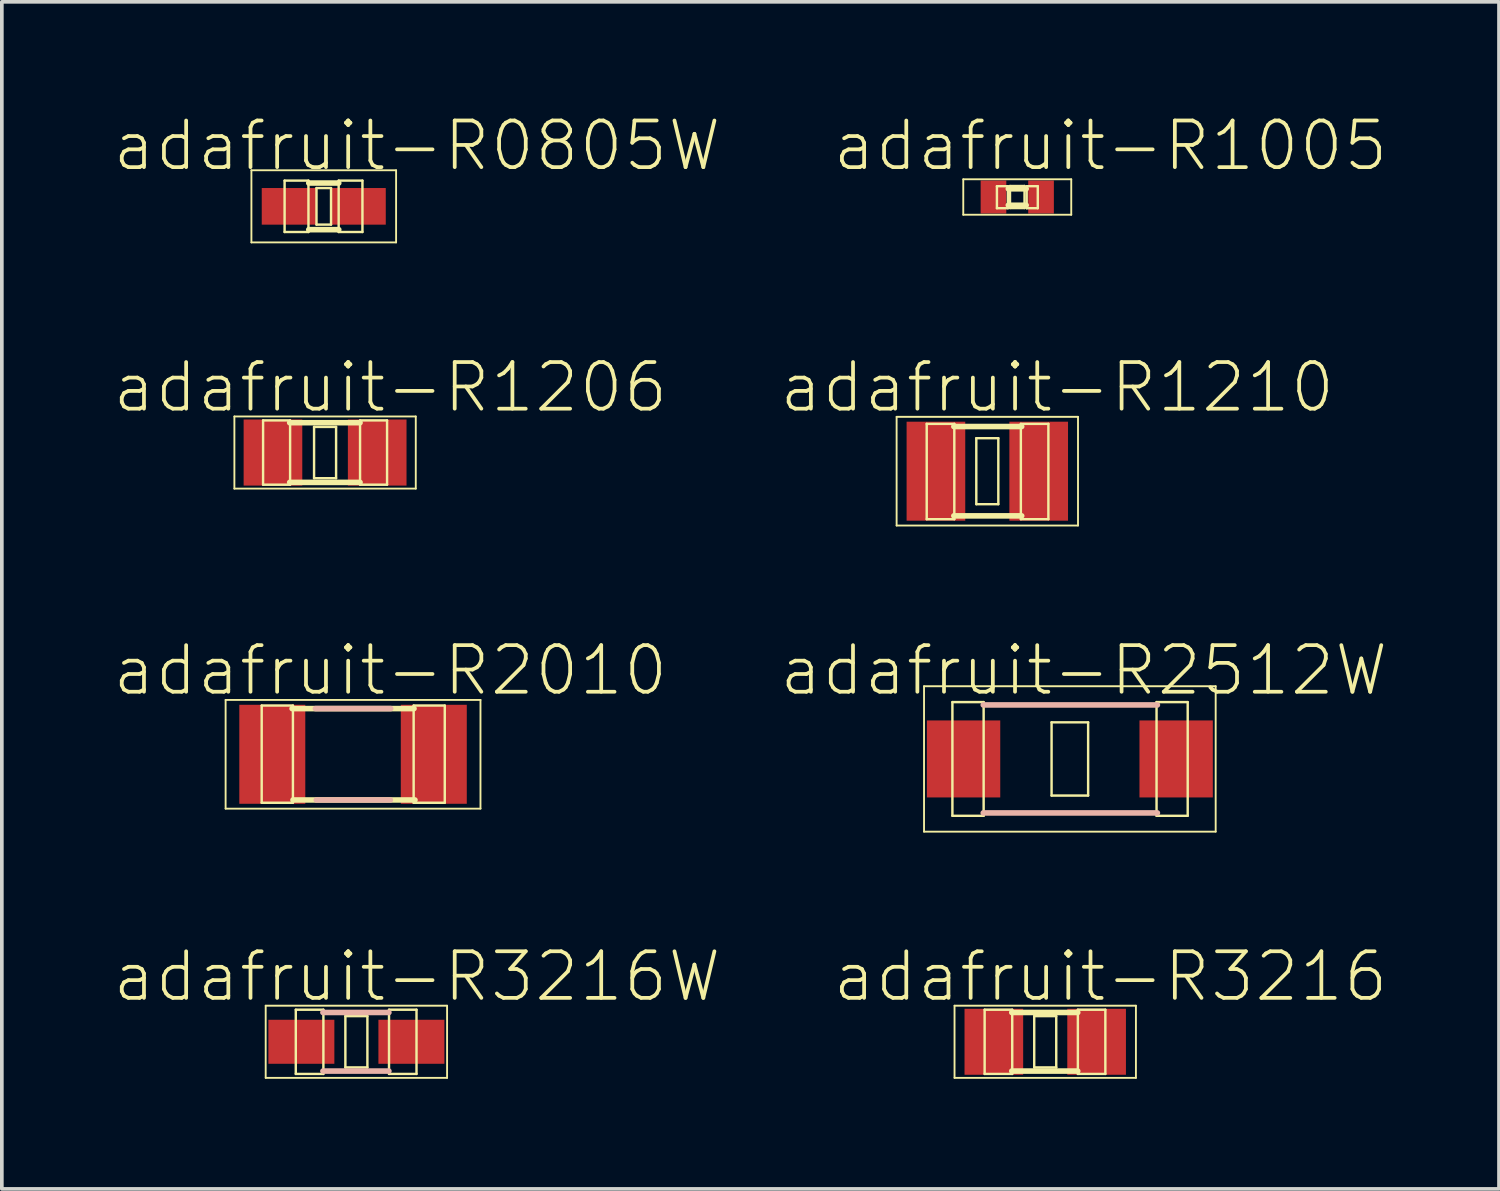
<source format=kicad_pcb>
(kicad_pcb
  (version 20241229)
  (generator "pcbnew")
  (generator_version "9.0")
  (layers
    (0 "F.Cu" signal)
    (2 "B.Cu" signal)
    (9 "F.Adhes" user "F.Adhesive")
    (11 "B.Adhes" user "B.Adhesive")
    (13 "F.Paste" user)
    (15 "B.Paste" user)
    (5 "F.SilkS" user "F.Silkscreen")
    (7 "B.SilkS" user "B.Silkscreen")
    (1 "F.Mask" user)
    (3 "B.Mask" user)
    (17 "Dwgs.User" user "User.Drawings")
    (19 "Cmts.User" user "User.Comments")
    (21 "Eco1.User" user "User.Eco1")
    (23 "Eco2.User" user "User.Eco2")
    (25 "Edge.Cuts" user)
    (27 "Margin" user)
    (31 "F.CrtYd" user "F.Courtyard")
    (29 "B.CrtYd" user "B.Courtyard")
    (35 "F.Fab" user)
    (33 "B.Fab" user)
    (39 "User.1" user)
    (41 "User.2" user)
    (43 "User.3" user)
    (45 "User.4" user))
  (footprint "adafruit-R3216W"
    (layer "F.Cu")
    (at 6.66 25.334)
    (property "Reference" "adafruit-R3216W" (at 1.651 -1.778 0) (layer "F.SilkS") (effects (font (size 1.27 1.27) (thickness 0.102))))
    (attr smd)
    (fp_line (start -2.471 -0.983) (end 2.471 -0.983) (stroke (width 0.051) (type solid)) (layer "F.SilkS"))
    (fp_line (start -2.471 0.983) (end -2.471 -0.983) (stroke (width 0.051) (type solid)) (layer "F.SilkS"))
    (fp_line (start -1.651 -0.874) (end -0.899 -0.874) (stroke (width 0.066) (type solid)) (layer "F.SilkS"))
    (fp_line (start -1.651 0.876) (end -1.651 -0.874) (stroke (width 0.066) (type solid)) (layer "F.SilkS"))
    (fp_line (start -1.651 0.876) (end -0.899 0.876) (stroke (width 0.066) (type solid)) (layer "F.SilkS"))
    (fp_line (start -0.899 0.876) (end -0.899 -0.874) (stroke (width 0.066) (type solid)) (layer "F.SilkS"))
    (fp_line (start -0.3 -0.699) (end 0.3 -0.699) (stroke (width 0.066) (type solid)) (layer "F.SilkS"))
    (fp_line (start -0.3 0.699) (end -0.3 -0.699) (stroke (width 0.066) (type solid)) (layer "F.SilkS"))
    (fp_line (start -0.3 0.699) (end 0.3 0.699) (stroke (width 0.066) (type solid)) (layer "F.SilkS"))
    (fp_line (start 0.3 0.699) (end 0.3 -0.699) (stroke (width 0.066) (type solid)) (layer "F.SilkS"))
    (fp_line (start 0.889 -0.874) (end 1.638 -0.874) (stroke (width 0.066) (type solid)) (layer "F.SilkS"))
    (fp_line (start 0.889 0.876) (end 0.889 -0.874) (stroke (width 0.066) (type solid)) (layer "F.SilkS"))
    (fp_line (start 0.889 0.876) (end 1.638 0.876) (stroke (width 0.066) (type solid)) (layer "F.SilkS"))
    (fp_line (start 1.638 0.876) (end 1.638 -0.874) (stroke (width 0.066) (type solid)) (layer "F.SilkS"))
    (fp_line (start 2.471 -0.983) (end 2.471 0.983) (stroke (width 0.051) (type solid)) (layer "F.SilkS"))
    (fp_line (start 2.471 0.983) (end -2.471 0.983) (stroke (width 0.051) (type solid)) (layer "F.SilkS"))
    (fp_line (start -0.912 -0.798) (end 0.886 -0.798) (stroke (width 0.152) (type solid)) (layer "B.SilkS"))
    (fp_line (start -0.912 0.798) (end 0.886 0.798) (stroke (width 0.152) (type solid)) (layer "B.SilkS"))
    (pad "1" smd rect (at -1.499 0) (size 1.798 1.199) (layers "F.Cu" "F.Mask" "F.Paste"))
    (pad "2" smd rect (at 1.499 0) (size 1.798 1.199) (layers "F.Cu" "F.Mask" "F.Paste")))
  (footprint "adafruit-R1206"
    (layer "F.Cu")
    (at 5.807 9.28)
    (property "Reference" "adafruit-R1206" (at 1.778 -1.778 0) (layer "F.SilkS") (effects (font (size 1.27 1.27) (thickness 0.102))))
    (attr smd)
    (fp_line (start -2.471 -0.983) (end 2.471 -0.983) (stroke (width 0.051) (type solid)) (layer "F.SilkS"))
    (fp_line (start -2.471 0.983) (end -2.471 -0.983) (stroke (width 0.051) (type solid)) (layer "F.SilkS"))
    (fp_line (start -1.689 -0.876) (end -0.953 -0.876) (stroke (width 0.066) (type solid)) (layer "F.SilkS"))
    (fp_line (start -1.689 0.876) (end -1.689 -0.876) (stroke (width 0.066) (type solid)) (layer "F.SilkS"))
    (fp_line (start -1.689 0.876) (end -0.953 0.876) (stroke (width 0.066) (type solid)) (layer "F.SilkS"))
    (fp_line (start -0.953 0.876) (end -0.953 -0.876) (stroke (width 0.066) (type solid)) (layer "F.SilkS"))
    (fp_line (start -0.3 -0.699) (end 0.3 -0.699) (stroke (width 0.066) (type solid)) (layer "F.SilkS"))
    (fp_line (start -0.3 0.699) (end -0.3 -0.699) (stroke (width 0.066) (type solid)) (layer "F.SilkS"))
    (fp_line (start -0.3 0.699) (end 0.3 0.699) (stroke (width 0.066) (type solid)) (layer "F.SilkS"))
    (fp_line (start 0.3 0.699) (end 0.3 -0.699) (stroke (width 0.066) (type solid)) (layer "F.SilkS"))
    (fp_line (start 0.953 -0.876) (end 1.689 -0.876) (stroke (width 0.066) (type solid)) (layer "F.SilkS"))
    (fp_line (start 0.953 -0.813) (end -0.965 -0.813) (stroke (width 0.152) (type solid)) (layer "F.SilkS"))
    (fp_line (start 0.953 0.813) (end -0.965 0.813) (stroke (width 0.152) (type solid)) (layer "F.SilkS"))
    (fp_line (start 0.953 0.876) (end 0.953 -0.876) (stroke (width 0.066) (type solid)) (layer "F.SilkS"))
    (fp_line (start 0.953 0.876) (end 1.689 0.876) (stroke (width 0.066) (type solid)) (layer "F.SilkS"))
    (fp_line (start 1.689 0.876) (end 1.689 -0.876) (stroke (width 0.066) (type solid)) (layer "F.SilkS"))
    (fp_line (start 2.471 -0.983) (end 2.471 0.983) (stroke (width 0.051) (type solid)) (layer "F.SilkS"))
    (fp_line (start 2.471 0.983) (end -2.471 0.983) (stroke (width 0.051) (type solid)) (layer "F.SilkS"))
    (pad "1" smd rect (at -1.42 0) (size 1.598 1.801) (layers "F.Cu" "F.Mask" "F.Paste"))
    (pad "2" smd rect (at 1.42 0) (size 1.598 1.801) (layers "F.Cu" "F.Mask" "F.Paste")))
  (footprint "adafruit-R0805W"
    (layer "F.Cu")
    (at 5.771 2.572)
    (property "Reference" "adafruit-R0805W" (at 2.54 -1.651 0) (layer "F.SilkS") (effects (font (size 1.27 1.27) (thickness 0.102))))
    (attr smd)
    (fp_line (start -1.971 -0.983) (end 1.971 -0.983) (stroke (width 0.051) (type solid)) (layer "F.SilkS"))
    (fp_line (start -1.971 0.983) (end -1.971 -0.983) (stroke (width 0.051) (type solid)) (layer "F.SilkS"))
    (fp_line (start -1.067 -0.701) (end -0.417 -0.701) (stroke (width 0.066) (type solid)) (layer "F.SilkS"))
    (fp_line (start -1.067 0.699) (end -1.067 -0.701) (stroke (width 0.066) (type solid)) (layer "F.SilkS"))
    (fp_line (start -1.067 0.699) (end -0.417 0.699) (stroke (width 0.066) (type solid)) (layer "F.SilkS"))
    (fp_line (start -0.417 0.699) (end -0.417 -0.701) (stroke (width 0.066) (type solid)) (layer "F.SilkS"))
    (fp_line (start -0.409 -0.635) (end 0.409 -0.635) (stroke (width 0.152) (type solid)) (layer "F.SilkS"))
    (fp_line (start -0.409 0.635) (end 0.409 0.635) (stroke (width 0.152) (type solid)) (layer "F.SilkS"))
    (fp_line (start -0.198 -0.498) (end 0.198 -0.498) (stroke (width 0.066) (type solid)) (layer "F.SilkS"))
    (fp_line (start -0.198 0.498) (end -0.198 -0.498) (stroke (width 0.066) (type solid)) (layer "F.SilkS"))
    (fp_line (start -0.198 0.498) (end 0.198 0.498) (stroke (width 0.066) (type solid)) (layer "F.SilkS"))
    (fp_line (start 0.198 0.498) (end 0.198 -0.498) (stroke (width 0.066) (type solid)) (layer "F.SilkS"))
    (fp_line (start 0.406 -0.701) (end 1.054 -0.701) (stroke (width 0.066) (type solid)) (layer "F.SilkS"))
    (fp_line (start 0.406 0.699) (end 0.406 -0.701) (stroke (width 0.066) (type solid)) (layer "F.SilkS"))
    (fp_line (start 0.406 0.699) (end 1.054 0.699) (stroke (width 0.066) (type solid)) (layer "F.SilkS"))
    (fp_line (start 1.054 0.699) (end 1.054 -0.701) (stroke (width 0.066) (type solid)) (layer "F.SilkS"))
    (fp_line (start 1.971 -0.983) (end 1.971 0.983) (stroke (width 0.051) (type solid)) (layer "F.SilkS"))
    (fp_line (start 1.971 0.983) (end -1.971 0.983) (stroke (width 0.051) (type solid)) (layer "F.SilkS"))
    (pad "1" smd rect (at -0.94 0) (size 1.499 0.998) (layers "F.Cu" "F.Mask" "F.Paste"))
    (pad "2" smd rect (at 0.94 0) (size 1.499 0.998) (layers "F.Cu" "F.Mask" "F.Paste")))
  (footprint "adafruit-R3216"
    (layer "F.Cu")
    (at 25.428 25.334)
    (property "Reference" "adafruit-R3216" (at 1.778 -1.778 0) (layer "F.SilkS") (effects (font (size 1.27 1.27) (thickness 0.102))))
    (attr smd)
    (fp_line (start -2.471 -0.983) (end 2.471 -0.983) (stroke (width 0.051) (type solid)) (layer "F.SilkS"))
    (fp_line (start -2.471 0.983) (end -2.471 -0.983) (stroke (width 0.051) (type solid)) (layer "F.SilkS"))
    (fp_line (start -1.651 -0.874) (end -0.899 -0.874) (stroke (width 0.066) (type solid)) (layer "F.SilkS"))
    (fp_line (start -1.651 0.876) (end -1.651 -0.874) (stroke (width 0.066) (type solid)) (layer "F.SilkS"))
    (fp_line (start -1.651 0.876) (end -0.899 0.876) (stroke (width 0.066) (type solid)) (layer "F.SilkS"))
    (fp_line (start -0.912 -0.798) (end 0.886 -0.798) (stroke (width 0.152) (type solid)) (layer "F.SilkS"))
    (fp_line (start -0.912 0.798) (end 0.886 0.798) (stroke (width 0.152) (type solid)) (layer "F.SilkS"))
    (fp_line (start -0.899 0.876) (end -0.899 -0.874) (stroke (width 0.066) (type solid)) (layer "F.SilkS"))
    (fp_line (start -0.3 -0.699) (end 0.3 -0.699) (stroke (width 0.066) (type solid)) (layer "F.SilkS"))
    (fp_line (start -0.3 0.699) (end -0.3 -0.699) (stroke (width 0.066) (type solid)) (layer "F.SilkS"))
    (fp_line (start -0.3 0.699) (end 0.3 0.699) (stroke (width 0.066) (type solid)) (layer "F.SilkS"))
    (fp_line (start 0.3 0.699) (end 0.3 -0.699) (stroke (width 0.066) (type solid)) (layer "F.SilkS"))
    (fp_line (start 0.889 -0.874) (end 1.638 -0.874) (stroke (width 0.066) (type solid)) (layer "F.SilkS"))
    (fp_line (start 0.889 0.876) (end 0.889 -0.874) (stroke (width 0.066) (type solid)) (layer "F.SilkS"))
    (fp_line (start 0.889 0.876) (end 1.638 0.876) (stroke (width 0.066) (type solid)) (layer "F.SilkS"))
    (fp_line (start 1.638 0.876) (end 1.638 -0.874) (stroke (width 0.066) (type solid)) (layer "F.SilkS"))
    (fp_line (start 2.471 -0.983) (end 2.471 0.983) (stroke (width 0.051) (type solid)) (layer "F.SilkS"))
    (fp_line (start 2.471 0.983) (end -2.471 0.983) (stroke (width 0.051) (type solid)) (layer "F.SilkS"))
    (pad "1" smd rect (at -1.4 0) (size 1.598 1.798) (layers "F.Cu" "F.Mask" "F.Paste"))
    (pad "2" smd rect (at 1.4 0) (size 1.598 1.798) (layers "F.Cu" "F.Mask" "F.Paste")))
  (footprint "adafruit-R2512W"
    (layer "F.Cu")
    (at 26.099 17.628)
    (property "Reference" "adafruit-R2512W" (at 0.381 -2.413 0) (layer "F.SilkS") (effects (font (size 1.27 1.27) (thickness 0.102))))
    (attr smd)
    (fp_line (start -3.973 -1.981) (end 3.973 -1.981) (stroke (width 0.051) (type solid)) (layer "F.SilkS"))
    (fp_line (start -3.973 1.981) (end -3.973 -1.981) (stroke (width 0.051) (type solid)) (layer "F.SilkS"))
    (fp_line (start -3.2 -1.549) (end -2.349 -1.549) (stroke (width 0.066) (type solid)) (layer "F.SilkS"))
    (fp_line (start -3.2 1.549) (end -3.2 -1.549) (stroke (width 0.066) (type solid)) (layer "F.SilkS"))
    (fp_line (start -3.2 1.549) (end -2.349 1.549) (stroke (width 0.066) (type solid)) (layer "F.SilkS"))
    (fp_line (start -2.349 1.549) (end -2.349 -1.549) (stroke (width 0.066) (type solid)) (layer "F.SilkS"))
    (fp_line (start -0.498 -0.998) (end 0.498 -0.998) (stroke (width 0.066) (type solid)) (layer "F.SilkS"))
    (fp_line (start -0.498 0.998) (end -0.498 -0.998) (stroke (width 0.066) (type solid)) (layer "F.SilkS"))
    (fp_line (start -0.498 0.998) (end 0.498 0.998) (stroke (width 0.066) (type solid)) (layer "F.SilkS"))
    (fp_line (start 0.498 0.998) (end 0.498 -0.998) (stroke (width 0.066) (type solid)) (layer "F.SilkS"))
    (fp_line (start 2.362 -1.549) (end 3.211 -1.549) (stroke (width 0.066) (type solid)) (layer "F.SilkS"))
    (fp_line (start 2.362 1.549) (end 2.362 -1.549) (stroke (width 0.066) (type solid)) (layer "F.SilkS"))
    (fp_line (start 2.362 1.549) (end 3.211 1.549) (stroke (width 0.066) (type solid)) (layer "F.SilkS"))
    (fp_line (start 3.211 1.549) (end 3.211 -1.549) (stroke (width 0.066) (type solid)) (layer "F.SilkS"))
    (fp_line (start 3.973 -1.981) (end 3.973 1.981) (stroke (width 0.051) (type solid)) (layer "F.SilkS"))
    (fp_line (start 3.973 1.981) (end -3.973 1.981) (stroke (width 0.051) (type solid)) (layer "F.SilkS"))
    (fp_line (start -2.36 -1.471) (end 2.385 -1.471) (stroke (width 0.152) (type solid)) (layer "B.SilkS"))
    (fp_line (start -2.36 1.471) (end 2.385 1.471) (stroke (width 0.152) (type solid)) (layer "B.SilkS"))
    (pad "1" smd rect (at -2.896 0) (size 1.999 2.098) (layers "F.Cu" "F.Mask" "F.Paste"))
    (pad "2" smd rect (at 2.896 0) (size 1.999 2.098) (layers "F.Cu" "F.Mask" "F.Paste")))
  (footprint "adafruit-R1210"
    (layer "F.Cu")
    (at 23.85 9.788)
    (property "Reference" "adafruit-R1210" (at 1.905 -2.286 0) (layer "F.SilkS") (effects (font (size 1.27 1.27) (thickness 0.102))))
    (attr smd)
    (fp_line (start -2.471 -1.481) (end 2.471 -1.481) (stroke (width 0.051) (type solid)) (layer "F.SilkS"))
    (fp_line (start -2.471 1.481) (end -2.471 -1.481) (stroke (width 0.051) (type solid)) (layer "F.SilkS"))
    (fp_line (start -1.651 -1.29) (end -0.899 -1.29) (stroke (width 0.066) (type solid)) (layer "F.SilkS"))
    (fp_line (start -1.651 1.308) (end -1.651 -1.29) (stroke (width 0.066) (type solid)) (layer "F.SilkS"))
    (fp_line (start -1.651 1.308) (end -0.899 1.308) (stroke (width 0.066) (type solid)) (layer "F.SilkS"))
    (fp_line (start -0.912 -1.217) (end 0.937 -1.217) (stroke (width 0.152) (type solid)) (layer "F.SilkS"))
    (fp_line (start -0.912 1.217) (end 0.937 1.217) (stroke (width 0.152) (type solid)) (layer "F.SilkS"))
    (fp_line (start -0.899 1.308) (end -0.899 -1.29) (stroke (width 0.066) (type solid)) (layer "F.SilkS"))
    (fp_line (start -0.3 -0.899) (end 0.3 -0.899) (stroke (width 0.066) (type solid)) (layer "F.SilkS"))
    (fp_line (start -0.3 0.899) (end -0.3 -0.899) (stroke (width 0.066) (type solid)) (layer "F.SilkS"))
    (fp_line (start -0.3 0.899) (end 0.3 0.899) (stroke (width 0.066) (type solid)) (layer "F.SilkS"))
    (fp_line (start 0.3 0.899) (end 0.3 -0.899) (stroke (width 0.066) (type solid)) (layer "F.SilkS"))
    (fp_line (start 0.914 -1.29) (end 1.664 -1.29) (stroke (width 0.066) (type solid)) (layer "F.SilkS"))
    (fp_line (start 0.914 1.308) (end 0.914 -1.29) (stroke (width 0.066) (type solid)) (layer "F.SilkS"))
    (fp_line (start 0.914 1.308) (end 1.664 1.308) (stroke (width 0.066) (type solid)) (layer "F.SilkS"))
    (fp_line (start 1.664 1.308) (end 1.664 -1.29) (stroke (width 0.066) (type solid)) (layer "F.SilkS"))
    (fp_line (start 2.471 -1.481) (end 2.471 1.481) (stroke (width 0.051) (type solid)) (layer "F.SilkS"))
    (fp_line (start 2.471 1.481) (end -2.471 1.481) (stroke (width 0.051) (type solid)) (layer "F.SilkS"))
    (pad "1" smd rect (at -1.4 0) (size 1.598 2.697) (layers "F.Cu" "F.Mask" "F.Paste"))
    (pad "2" smd rect (at 1.4 0) (size 1.598 2.697) (layers "F.Cu" "F.Mask" "F.Paste")))
  (footprint "adafruit-R2010"
    (layer "F.Cu")
    (at 6.569 17.501)
    (property "Reference" "adafruit-R2010" (at 1.016 -2.286 0) (layer "F.SilkS") (effects (font (size 1.27 1.27) (thickness 0.102))))
    (attr smd)
    (fp_line (start -3.472 -1.481) (end 3.472 -1.481) (stroke (width 0.051) (type solid)) (layer "F.SilkS"))
    (fp_line (start -3.472 1.481) (end -3.472 -1.481) (stroke (width 0.051) (type solid)) (layer "F.SilkS"))
    (fp_line (start -2.489 -1.328) (end -1.638 -1.328) (stroke (width 0.066) (type solid)) (layer "F.SilkS"))
    (fp_line (start -2.489 1.321) (end -2.489 -1.328) (stroke (width 0.066) (type solid)) (layer "F.SilkS"))
    (fp_line (start -2.489 1.321) (end -1.638 1.321) (stroke (width 0.066) (type solid)) (layer "F.SilkS"))
    (fp_line (start -1.661 -1.245) (end 1.661 -1.245) (stroke (width 0.152) (type solid)) (layer "F.SilkS"))
    (fp_line (start -1.638 1.321) (end -1.638 -1.328) (stroke (width 0.066) (type solid)) (layer "F.SilkS"))
    (fp_line (start -1.636 1.245) (end 1.687 1.245) (stroke (width 0.152) (type solid)) (layer "F.SilkS"))
    (fp_line (start 1.651 -1.328) (end 2.499 -1.328) (stroke (width 0.066) (type solid)) (layer "F.SilkS"))
    (fp_line (start 1.651 1.321) (end 1.651 -1.328) (stroke (width 0.066) (type solid)) (layer "F.SilkS"))
    (fp_line (start 1.651 1.321) (end 2.499 1.321) (stroke (width 0.066) (type solid)) (layer "F.SilkS"))
    (fp_line (start 2.499 1.321) (end 2.499 -1.328) (stroke (width 0.066) (type solid)) (layer "F.SilkS"))
    (fp_line (start 3.472 -1.481) (end 3.472 1.481) (stroke (width 0.051) (type solid)) (layer "F.SilkS"))
    (fp_line (start 3.472 1.481) (end -3.472 1.481) (stroke (width 0.051) (type solid)) (layer "F.SilkS"))
    (fp_line (start -1.026 -1.245) (end 1.026 -1.245) (stroke (width 0.152) (type solid)) (layer "B.SilkS"))
    (fp_line (start -1.001 1.245) (end 1.016 1.245) (stroke (width 0.152) (type solid)) (layer "B.SilkS"))
    (pad "1" smd rect (at -2.2 0) (size 1.798 2.697) (layers "F.Cu" "F.Mask" "F.Paste"))
    (pad "2" smd rect (at 2.2 0) (size 1.798 2.697) (layers "F.Cu" "F.Mask" "F.Paste")))
  (footprint "adafruit-R1005"
    (layer "F.Cu")
    (at 24.666 2.318)
    (property "Reference" "adafruit-R1005" (at 2.54 -1.397 0) (layer "F.SilkS") (effects (font (size 1.27 1.27) (thickness 0.102))))
    (attr smd)
    (fp_line (start -1.471 -0.483) (end 1.471 -0.483) (stroke (width 0.051) (type solid)) (layer "F.SilkS"))
    (fp_line (start -1.471 0.483) (end -1.471 -0.483) (stroke (width 0.051) (type solid)) (layer "F.SilkS"))
    (fp_line (start -0.554 -0.295) (end -0.254 -0.295) (stroke (width 0.066) (type solid)) (layer "F.SilkS"))
    (fp_line (start -0.554 0.305) (end -0.554 -0.295) (stroke (width 0.066) (type solid)) (layer "F.SilkS"))
    (fp_line (start -0.554 0.305) (end -0.254 0.305) (stroke (width 0.066) (type solid)) (layer "F.SilkS"))
    (fp_line (start -0.254 0.305) (end -0.254 -0.295) (stroke (width 0.066) (type solid)) (layer "F.SilkS"))
    (fp_line (start -0.244 -0.224) (end 0.244 -0.224) (stroke (width 0.152) (type solid)) (layer "F.SilkS"))
    (fp_line (start -0.198 -0.3) (end 0.198 -0.3) (stroke (width 0.066) (type solid)) (layer "F.SilkS"))
    (fp_line (start -0.198 0.3) (end -0.198 -0.3) (stroke (width 0.066) (type solid)) (layer "F.SilkS"))
    (fp_line (start -0.198 0.3) (end 0.198 0.3) (stroke (width 0.066) (type solid)) (layer "F.SilkS"))
    (fp_line (start 0.198 0.3) (end 0.198 -0.3) (stroke (width 0.066) (type solid)) (layer "F.SilkS"))
    (fp_line (start 0.244 0.224) (end -0.244 0.224) (stroke (width 0.152) (type solid)) (layer "F.SilkS"))
    (fp_line (start 0.257 -0.295) (end 0.559 -0.295) (stroke (width 0.066) (type solid)) (layer "F.SilkS"))
    (fp_line (start 0.257 0.305) (end 0.257 -0.295) (stroke (width 0.066) (type solid)) (layer "F.SilkS"))
    (fp_line (start 0.257 0.305) (end 0.559 0.305) (stroke (width 0.066) (type solid)) (layer "F.SilkS"))
    (fp_line (start 0.559 0.305) (end 0.559 -0.295) (stroke (width 0.066) (type solid)) (layer "F.SilkS"))
    (fp_line (start 1.471 -0.483) (end 1.471 0.483) (stroke (width 0.051) (type solid)) (layer "F.SilkS"))
    (fp_line (start 1.471 0.483) (end -1.471 0.483) (stroke (width 0.051) (type solid)) (layer "F.SilkS"))
    (pad "1" smd rect (at -0.648 0) (size 0.699 0.899) (layers "F.Cu" "F.Mask" "F.Paste"))
    (pad "2" smd rect (at 0.648 0) (size 0.699 0.899) (layers "F.Cu" "F.Mask" "F.Paste")))
  (gr_rect
    (start -3 -3)
    (end 37.791 29.343)
    (stroke (width 0.1) (type default))
    (fill no)
    (layer "Edge.Cuts")))
</source>
